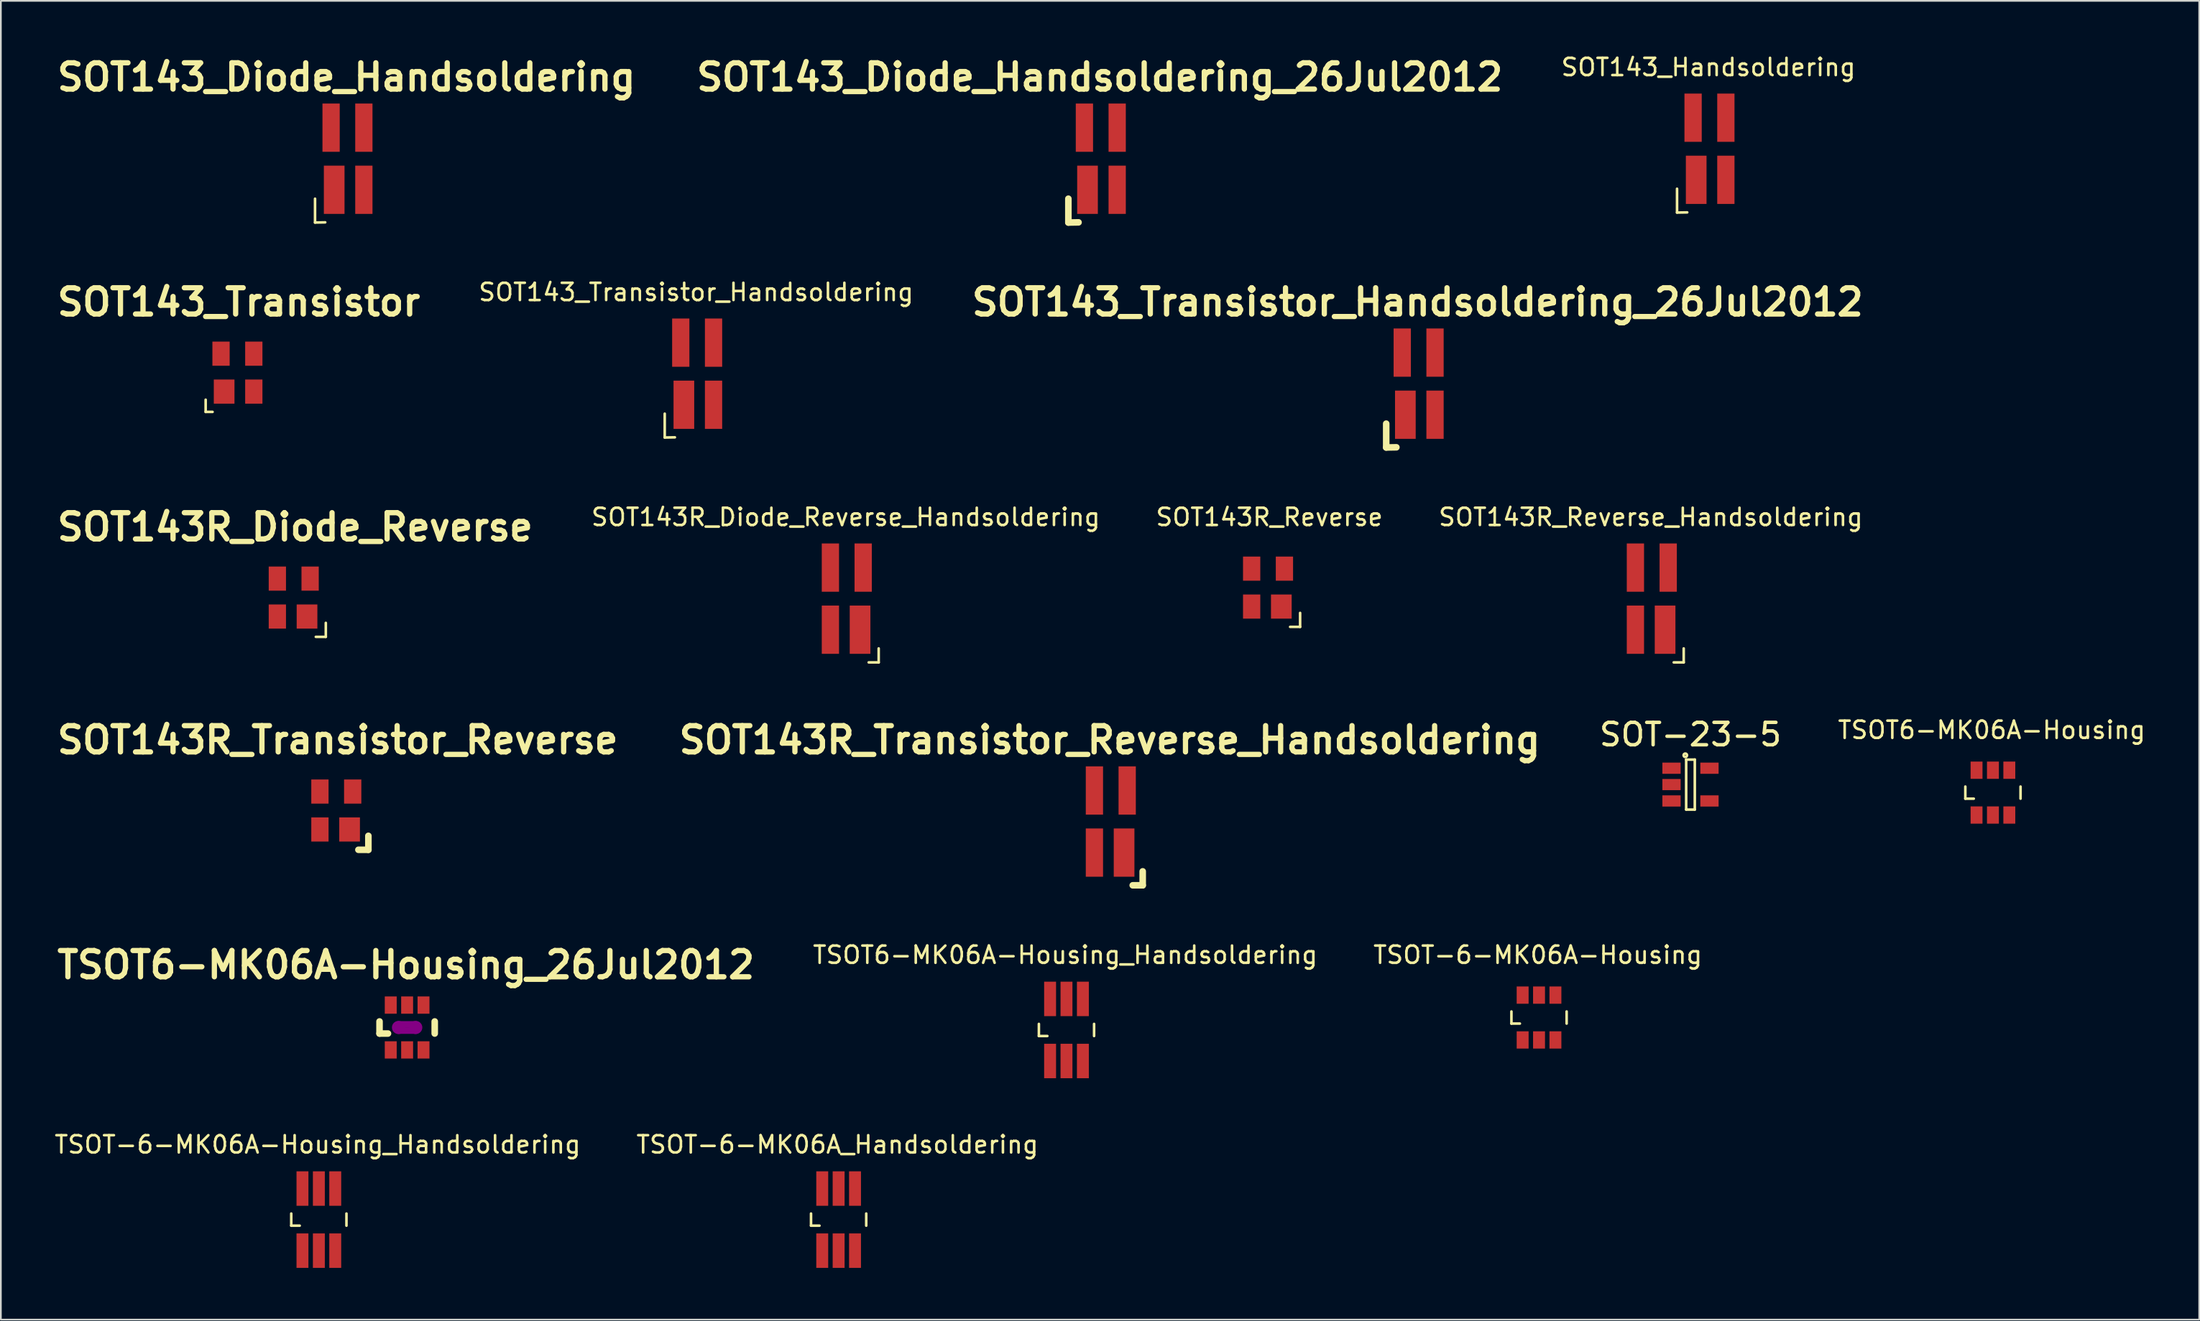
<source format=kicad_pcb>
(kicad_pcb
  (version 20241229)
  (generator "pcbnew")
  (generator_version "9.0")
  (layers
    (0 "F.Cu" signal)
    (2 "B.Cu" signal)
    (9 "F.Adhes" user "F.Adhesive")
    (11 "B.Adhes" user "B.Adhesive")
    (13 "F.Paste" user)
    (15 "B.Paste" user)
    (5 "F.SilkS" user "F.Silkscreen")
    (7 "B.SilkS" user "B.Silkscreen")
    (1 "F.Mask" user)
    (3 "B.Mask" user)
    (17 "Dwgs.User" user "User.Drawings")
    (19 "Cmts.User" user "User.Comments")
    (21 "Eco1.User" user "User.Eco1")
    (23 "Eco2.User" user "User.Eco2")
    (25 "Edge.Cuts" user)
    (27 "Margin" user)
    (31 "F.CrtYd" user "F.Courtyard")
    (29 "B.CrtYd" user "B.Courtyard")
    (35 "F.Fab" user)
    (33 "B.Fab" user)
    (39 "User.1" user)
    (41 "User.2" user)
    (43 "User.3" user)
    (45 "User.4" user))
  (footprint "SOT143R_Transistor_Reverse"
    (layer "F.Cu")
    (at 16.446 43.961)
    (property "Reference" "SOT143R_Transistor_Reverse" (at 0.079 -4.089 0) (layer "F.SilkS") (effects (font (size 1.524 1.524) (thickness 0.305))))
    (attr smd)
    (fp_line (start 1.859 1.468) (end 1.859 2.278) (stroke (width 0.381) (type solid)) (layer "F.SilkS"))
    (fp_line (start 1.859 2.278) (end 1.28 2.278) (stroke (width 0.381) (type solid)) (layer "F.SilkS"))
    (pad "1" smd rect (at 0.77 1.1) (size 1.199 1.4) (layers "F.Cu" "F.Mask" "F.Paste"))
    (pad "2" smd rect (at -0.95 1.1) (size 1.001 1.4) (layers "F.Cu" "F.Mask" "F.Paste"))
    (pad "3" smd rect (at -0.95 -1.1) (size 1.001 1.4) (layers "F.Cu" "F.Mask" "F.Paste"))
    (pad "4" smd rect (at 0.95 -1.1) (size 1.001 1.4) (layers "F.Cu" "F.Mask" "F.Paste")))
  (footprint "SOT143_Diode_Handsoldering"
    (layer "F.Cu")
    (at 17.093 6.156)
    (property "Reference" "SOT143_Diode_Handsoldering" (at -0.061 -4.729 0) (layer "F.SilkS") (effects (font (size 1.524 1.524) (thickness 0.305))))
    (attr smd)
    (fp_line (start -1.88 2.319) (end -1.88 3.701) (stroke (width 0.15) (type solid)) (layer "F.SilkS"))
    (fp_line (start -1.88 3.701) (end -1.29 3.691) (stroke (width 0.15) (type solid)) (layer "F.SilkS"))
    (pad "1" smd rect (at -0.77 1.801) (size 1.199 2.799) (layers "F.Cu" "F.Mask" "F.Paste"))
    (pad "2" smd rect (at 0.95 1.801) (size 1.001 2.799) (layers "F.Cu" "F.Mask" "F.Paste"))
    (pad "3" smd rect (at 0.95 -1.801) (size 1.001 2.799) (layers "F.Cu" "F.Mask" "F.Paste"))
    (pad "4" smd trapezoid (at -0.95 -1.801) (size 1.001 2.799) (layers "F.Cu" "F.Mask" "F.Paste")))
  (footprint "SOT143R_Reverse"
    (layer "F.Cu")
    (at 70.458 31.032)
    (property "Reference" "SOT143R_Reverse" (at 0.079 -4.089 0) (layer "F.SilkS") (effects (font (size 1 1) (thickness 0.15))))
    (attr smd)
    (fp_line (start 1.859 1.468) (end 1.859 2.278) (stroke (width 0.15) (type solid)) (layer "F.SilkS"))
    (fp_line (start 1.859 2.278) (end 1.28 2.278) (stroke (width 0.15) (type solid)) (layer "F.SilkS"))
    (pad "1" smd rect (at 0.77 1.1) (size 1.199 1.4) (layers "F.Cu" "F.Mask" "F.Paste"))
    (pad "2" smd rect (at -0.95 1.1) (size 1.001 1.4) (layers "F.Cu" "F.Mask" "F.Paste"))
    (pad "3" smd rect (at -0.95 -1.1) (size 1.001 1.4) (layers "F.Cu" "F.Mask" "F.Paste"))
    (pad "4" smd rect (at 0.95 -1.1) (size 1.001 1.4) (layers "F.Cu" "F.Mask" "F.Paste")))
  (footprint "TSOT6-MK06A-Housing"
    (layer "F.Cu")
    (at 112.48 42.923)
    (property "Reference" "TSOT6-MK06A-Housing" (at -0.071 -3.63 0) (layer "F.SilkS") (effects (font (size 1 1) (thickness 0.15))))
    (attr smd)
    (fp_line (start -1.6 -0.351) (end -1.6 0.351) (stroke (width 0.15) (type solid)) (layer "F.SilkS"))
    (fp_line (start -1.6 0.351) (end -1.11 0.351) (stroke (width 0.15) (type solid)) (layer "F.SilkS"))
    (fp_line (start 1.6 -0.351) (end 1.6 0.351) (stroke (width 0.15) (type solid)) (layer "F.SilkS"))
    (pad "1" smd rect (at -0.95 1.3) (size 0.691 1.001) (layers "F.Cu" "F.Mask" "F.Paste"))
    (pad "2" smd rect (at 0 1.3) (size 0.691 1.001) (layers "F.Cu" "F.Mask" "F.Paste"))
    (pad "3" smd rect (at 0.95 1.3) (size 0.691 1.001) (layers "F.Cu" "F.Mask" "F.Paste"))
    (pad "4" smd rect (at 0.95 -1.3) (size 0.691 1.001) (layers "F.Cu" "F.Mask" "F.Paste"))
    (pad "5" smd rect (at 0 -1.3) (size 0.691 1.001) (layers "F.Cu" "F.Mask" "F.Paste"))
    (pad "6" smd rect (at -0.95 -1.3) (size 0.691 1.001) (layers "F.Cu" "F.Mask" "F.Paste")))
  (footprint "TSOT-6-MK06A-Housing_Handsoldering"
    (layer "F.Cu")
    (at 15.434 67.689)
    (property "Reference" "TSOT-6-MK06A-Housing_Handsoldering" (at -0.071 -4.351 0) (layer "F.SilkS") (effects (font (size 1 1) (thickness 0.15))))
    (attr smd)
    (fp_line (start -1.6 -0.351) (end -1.6 0.351) (stroke (width 0.15) (type solid)) (layer "F.SilkS"))
    (fp_line (start -1.6 0.351) (end -1.11 0.351) (stroke (width 0.15) (type solid)) (layer "F.SilkS"))
    (fp_line (start 1.6 -0.351) (end 1.6 0.351) (stroke (width 0.15) (type solid)) (layer "F.SilkS"))
    (pad "1" smd rect (at -0.95 1.801) (size 0.691 1.999) (layers "F.Cu" "F.Mask" "F.Paste"))
    (pad "2" smd rect (at 0 1.801) (size 0.691 1.999) (layers "F.Cu" "F.Mask" "F.Paste"))
    (pad "3" smd rect (at 0.95 1.801) (size 0.691 1.999) (layers "F.Cu" "F.Mask" "F.Paste"))
    (pad "4" smd rect (at 0.95 -1.801) (size 0.691 1.999) (layers "F.Cu" "F.Mask" "F.Paste"))
    (pad "5" smd rect (at 0 -1.801) (size 0.691 1.999) (layers "F.Cu" "F.Mask" "F.Paste"))
    (pad "6" smd rect (at -0.95 -1.801) (size 0.691 1.999) (layers "F.Cu" "F.Mask" "F.Paste")))
  (footprint "SOT-23-5"
    (layer "F.Cu")
    (at 94.947 42.457)
    (property "Reference" "SOT-23-5" (at 0 -2.9 0) (layer "F.SilkS") (effects (font (size 1.3 1.3) (thickness 0.2))))
    (attr smd)
    (fp_line (start -0.25 -1.45) (end -0.25 1.45) (stroke (width 0.15) (type solid)) (layer "F.SilkS"))
    (fp_line (start -0.25 1.45) (end 0.25 1.45) (stroke (width 0.15) (type solid)) (layer "F.SilkS"))
    (fp_line (start 0.25 -1.45) (end -0.25 -1.45) (stroke (width 0.15) (type solid)) (layer "F.SilkS"))
    (fp_line (start 0.25 1.45) (end 0.25 -1.45) (stroke (width 0.15) (type solid)) (layer "F.SilkS"))
    (fp_circle (center -0.3 -1.7) (end -0.2 -1.7) (stroke (width 0.15) (type solid)) (fill no) (layer "F.SilkS"))
    (pad "1" smd rect (at -1.1 -0.95) (size 1.06 0.65) (layers "F.Cu" "F.Mask" "F.Paste"))
    (pad "2" smd rect (at -1.1 0) (size 1.06 0.65) (layers "F.Cu" "F.Mask" "F.Paste"))
    (pad "3" smd rect (at -1.1 0.95) (size 1.06 0.65) (layers "F.Cu" "F.Mask" "F.Paste"))
    (pad "4" smd rect (at 1.1 0.95) (size 1.06 0.65) (layers "F.Cu" "F.Mask" "F.Paste"))
    (pad "5" smd rect (at 1.1 -0.95) (size 1.06 0.65) (layers "F.Cu" "F.Mask" "F.Paste")))
  (footprint "SOT143_Diode_Handsoldering_26Jul2012"
    (layer "F.Cu")
    (at 60.763 6.156)
    (property "Reference" "SOT143_Diode_Handsoldering_26Jul2012" (at -0.061 -4.729 0) (layer "F.SilkS") (effects (font (size 1.524 1.524) (thickness 0.305))))
    (attr smd)
    (fp_line (start -1.88 2.319) (end -1.88 3.701) (stroke (width 0.381) (type solid)) (layer "F.SilkS"))
    (fp_line (start -1.88 3.701) (end -1.29 3.691) (stroke (width 0.381) (type solid)) (layer "F.SilkS"))
    (pad "1" smd rect (at -0.77 1.801) (size 1.199 2.799) (layers "F.Cu" "F.Mask" "F.Paste"))
    (pad "2" smd rect (at 0.95 1.801) (size 1.001 2.799) (layers "F.Cu" "F.Mask" "F.Paste"))
    (pad "3" smd rect (at 0.95 -1.801) (size 1.001 2.799) (layers "F.Cu" "F.Mask" "F.Paste"))
    (pad "4" smd trapezoid (at -0.95 -1.801) (size 1.001 2.799) (layers "F.Cu" "F.Mask" "F.Paste")))
  (footprint "SOT143R_Diode_Reverse_Handsoldering"
    (layer "F.Cu")
    (at 46.038 31.672)
    (property "Reference" "SOT143R_Diode_Reverse_Handsoldering" (at -0.061 -4.729 0) (layer "F.SilkS") (effects (font (size 1 1) (thickness 0.15))))
    (attr smd)
    (fp_line (start 1.849 2.888) (end 1.849 3.698) (stroke (width 0.15) (type solid)) (layer "F.SilkS"))
    (fp_line (start 1.849 3.698) (end 1.27 3.698) (stroke (width 0.15) (type solid)) (layer "F.SilkS"))
    (pad "1" smd rect (at 0.77 1.801) (size 1.199 2.799) (layers "F.Cu" "F.Mask" "F.Paste"))
    (pad "2" smd rect (at -0.95 1.801) (size 1.001 2.799) (layers "F.Cu" "F.Mask" "F.Paste"))
    (pad "3" smd trapezoid (at -0.95 -1.801) (size 1.001 2.799) (layers "F.Cu" "F.Mask" "F.Paste"))
    (pad "4" smd rect (at 0.95 -1.801) (size 1.001 2.799) (layers "F.Cu" "F.Mask" "F.Paste")))
  (footprint "TSOT6-MK06A-Housing_26Jul2012"
    (layer "F.Cu")
    (at 20.551 56.546)
    (property "Reference" "TSOT6-MK06A-Housing_26Jul2012" (at -0.071 -3.63 0) (layer "F.SilkS") (effects (font (size 1.524 1.524) (thickness 0.305))))
    (attr smd)
    (fp_line (start -1.6 -0.351) (end -1.6 0.351) (stroke (width 0.381) (type solid)) (layer "F.SilkS"))
    (fp_line (start -1.6 0.351) (end -1.11 0.351) (stroke (width 0.381) (type solid)) (layer "F.SilkS"))
    (fp_line (start 1.6 -0.351) (end 1.6 0.351) (stroke (width 0.381) (type solid)) (layer "F.SilkS"))
    (fp_line (start -0.5 0.18) (end 0.5 0.18) (stroke (width 0.381) (type solid)) (layer "F.Adhes"))
    (fp_line (start 0.5 -0.18) (end -0.5 -0.18) (stroke (width 0.381) (type solid)) (layer "F.Adhes"))
    (fp_circle (center -0.5 0) (end -0.691 0) (stroke (width 0.381) (type solid)) (fill no) (layer "F.Adhes"))
    (fp_circle (center 0.5 0) (end 0.691 0) (stroke (width 0.381) (type solid)) (fill no) (layer "F.Adhes"))
    (pad "1" smd rect (at -0.95 1.3) (size 0.691 1.001) (layers "F.Cu" "F.Mask" "F.Paste"))
    (pad "2" smd rect (at 0 1.3) (size 0.691 1.001) (layers "F.Cu" "F.Mask" "F.Paste"))
    (pad "3" smd rect (at 0.95 1.3) (size 0.691 1.001) (layers "F.Cu" "F.Mask" "F.Paste"))
    (pad "4" smd rect (at 0.95 -1.3) (size 0.691 1.001) (layers "F.Cu" "F.Mask" "F.Paste"))
    (pad "5" smd rect (at 0 -1.3) (size 0.691 1.001) (layers "F.Cu" "F.Mask" "F.Paste"))
    (pad "6" smd rect (at -0.95 -1.3) (size 0.691 1.001) (layers "F.Cu" "F.Mask" "F.Paste")))
  (footprint "SOT143_Transistor"
    (layer "F.Cu")
    (at 10.713 18.563)
    (property "Reference" "SOT143_Transistor" (at 0.079 -4.089 0) (layer "F.SilkS") (effects (font (size 1.524 1.524) (thickness 0.305))))
    (attr smd)
    (fp_line (start -1.841 1.57) (end -1.841 2.278) (stroke (width 0.15) (type solid)) (layer "F.SilkS"))
    (fp_line (start -1.841 2.278) (end -1.44 2.278) (stroke (width 0.15) (type solid)) (layer "F.SilkS"))
    (pad "1" smd rect (at -0.77 1.1) (size 1.199 1.4) (layers "F.Cu" "F.Mask" "F.Paste"))
    (pad "2" smd rect (at 0.95 1.1) (size 1.001 1.4) (layers "F.Cu" "F.Mask" "F.Paste"))
    (pad "3" smd rect (at 0.95 -1.1) (size 1.001 1.4) (layers "F.Cu" "F.Mask" "F.Paste"))
    (pad "4" smd rect (at -0.95 -1.1) (size 1.001 1.4) (layers "F.Cu" "F.Mask" "F.Paste")))
  (footprint "SOT143R_Transistor_Reverse_Handsoldering"
    (layer "F.Cu")
    (at 61.343 44.601)
    (property "Reference" "SOT143R_Transistor_Reverse_Handsoldering" (at -0.061 -4.729 0) (layer "F.SilkS") (effects (font (size 1.524 1.524) (thickness 0.305))))
    (attr smd)
    (fp_line (start 1.849 2.888) (end 1.849 3.698) (stroke (width 0.381) (type solid)) (layer "F.SilkS"))
    (fp_line (start 1.849 3.698) (end 1.27 3.698) (stroke (width 0.381) (type solid)) (layer "F.SilkS"))
    (pad "1" smd rect (at 0.77 1.801) (size 1.199 2.799) (layers "F.Cu" "F.Mask" "F.Paste"))
    (pad "2" smd rect (at -0.95 1.801) (size 1.001 2.799) (layers "F.Cu" "F.Mask" "F.Paste"))
    (pad "3" smd trapezoid (at -0.95 -1.801) (size 1.001 2.799) (layers "F.Cu" "F.Mask" "F.Paste"))
    (pad "4" smd rect (at 0.95 -1.801) (size 1.001 2.799) (layers "F.Cu" "F.Mask" "F.Paste")))
  (footprint "TSOT-6-MK06A_Handsoldering"
    (layer "F.Cu")
    (at 45.565 67.689)
    (property "Reference" "TSOT-6-MK06A_Handsoldering" (at -0.071 -4.351 0) (layer "F.SilkS") (effects (font (size 1 1) (thickness 0.15))))
    (attr smd)
    (fp_line (start -1.6 -0.351) (end -1.6 0.351) (stroke (width 0.15) (type solid)) (layer "F.SilkS"))
    (fp_line (start -1.6 0.351) (end -1.11 0.351) (stroke (width 0.15) (type solid)) (layer "F.SilkS"))
    (fp_line (start 1.6 -0.351) (end 1.6 0.351) (stroke (width 0.15) (type solid)) (layer "F.SilkS"))
    (pad "1" smd rect (at -0.95 1.801) (size 0.691 1.999) (layers "F.Cu" "F.Mask" "F.Paste"))
    (pad "2" smd rect (at 0 1.801) (size 0.691 1.999) (layers "F.Cu" "F.Mask" "F.Paste"))
    (pad "3" smd rect (at 0.95 1.801) (size 0.691 1.999) (layers "F.Cu" "F.Mask" "F.Paste"))
    (pad "4" smd rect (at 0.95 -1.801) (size 0.691 1.999) (layers "F.Cu" "F.Mask" "F.Paste"))
    (pad "5" smd rect (at 0 -1.801) (size 0.691 1.999) (layers "F.Cu" "F.Mask" "F.Paste"))
    (pad "6" smd rect (at -0.95 -1.801) (size 0.691 1.999) (layers "F.Cu" "F.Mask" "F.Paste")))
  (footprint "SOT143_Transistor_Handsoldering_26Jul2012"
    (layer "F.Cu")
    (at 79.188 19.203)
    (property "Reference" "SOT143_Transistor_Handsoldering_26Jul2012" (at -0.061 -4.729 0) (layer "F.SilkS") (effects (font (size 1.524 1.524) (thickness 0.305))))
    (attr smd)
    (fp_line (start -1.88 2.319) (end -1.88 3.701) (stroke (width 0.381) (type solid)) (layer "F.SilkS"))
    (fp_line (start -1.88 3.701) (end -1.29 3.691) (stroke (width 0.381) (type solid)) (layer "F.SilkS"))
    (pad "1" smd rect (at -0.77 1.801) (size 1.199 2.799) (layers "F.Cu" "F.Mask" "F.Paste"))
    (pad "2" smd rect (at 0.95 1.801) (size 1.001 2.799) (layers "F.Cu" "F.Mask" "F.Paste"))
    (pad "3" smd rect (at 0.95 -1.801) (size 1.001 2.799) (layers "F.Cu" "F.Mask" "F.Paste"))
    (pad "4" smd trapezoid (at -0.95 -1.801) (size 1.001 2.799) (layers "F.Cu" "F.Mask" "F.Paste")))
  (footprint "SOT143R_Diode_Reverse"
    (layer "F.Cu")
    (at 13.978 31.61)
    (property "Reference" "SOT143R_Diode_Reverse" (at 0.079 -4.089 0) (layer "F.SilkS") (effects (font (size 1.524 1.524) (thickness 0.305))))
    (attr smd)
    (fp_line (start 1.859 1.468) (end 1.859 2.278) (stroke (width 0.15) (type solid)) (layer "F.SilkS"))
    (fp_line (start 1.859 2.278) (end 1.28 2.278) (stroke (width 0.15) (type solid)) (layer "F.SilkS"))
    (pad "1" smd rect (at 0.77 1.1) (size 1.199 1.4) (layers "F.Cu" "F.Mask" "F.Paste"))
    (pad "2" smd rect (at -0.95 1.1) (size 1.001 1.4) (layers "F.Cu" "F.Mask" "F.Paste"))
    (pad "3" smd rect (at -0.95 -1.1) (size 1.001 1.4) (layers "F.Cu" "F.Mask" "F.Paste"))
    (pad "4" smd rect (at 0.95 -1.1) (size 1.001 1.4) (layers "F.Cu" "F.Mask" "F.Paste")))
  (footprint "SOT143_Handsoldering"
    (layer "F.Cu")
    (at 96.048 5.578)
    (property "Reference" "SOT143_Handsoldering" (at -0.061 -4.729 0) (layer "F.SilkS") (effects (font (size 1 1) (thickness 0.15))))
    (attr smd)
    (fp_line (start -1.88 2.319) (end -1.88 3.701) (stroke (width 0.15) (type solid)) (layer "F.SilkS"))
    (fp_line (start -1.88 3.701) (end -1.29 3.691) (stroke (width 0.15) (type solid)) (layer "F.SilkS"))
    (pad "1" smd rect (at -0.77 1.801) (size 1.199 2.799) (layers "F.Cu" "F.Mask" "F.Paste"))
    (pad "2" smd rect (at 0.95 1.801) (size 1.001 2.799) (layers "F.Cu" "F.Mask" "F.Paste"))
    (pad "3" smd rect (at 0.95 -1.801) (size 1.001 2.799) (layers "F.Cu" "F.Mask" "F.Paste"))
    (pad "4" smd trapezoid (at -0.95 -1.801) (size 1.001 2.799) (layers "F.Cu" "F.Mask" "F.Paste")))
  (footprint "SOT143R_Reverse_Handsoldering"
    (layer "F.Cu")
    (at 92.705 31.672)
    (property "Reference" "SOT143R_Reverse_Handsoldering" (at -0.061 -4.729 0) (layer "F.SilkS") (effects (font (size 1 1) (thickness 0.15))))
    (attr smd)
    (fp_line (start 1.849 2.888) (end 1.849 3.698) (stroke (width 0.15) (type solid)) (layer "F.SilkS"))
    (fp_line (start 1.849 3.698) (end 1.27 3.698) (stroke (width 0.15) (type solid)) (layer "F.SilkS"))
    (pad "1" smd rect (at 0.77 1.801) (size 1.199 2.799) (layers "F.Cu" "F.Mask" "F.Paste"))
    (pad "2" smd rect (at -0.95 1.801) (size 1.001 2.799) (layers "F.Cu" "F.Mask" "F.Paste"))
    (pad "3" smd trapezoid (at -0.95 -1.801) (size 1.001 2.799) (layers "F.Cu" "F.Mask" "F.Paste"))
    (pad "4" smd rect (at 0.95 -1.801) (size 1.001 2.799) (layers "F.Cu" "F.Mask" "F.Paste")))
  (footprint "TSOT6-MK06A-Housing_Handsoldering"
    (layer "F.Cu")
    (at 58.774 56.689)
    (property "Reference" "TSOT6-MK06A-Housing_Handsoldering" (at -0.071 -4.351 0) (layer "F.SilkS") (effects (font (size 1 1) (thickness 0.15))))
    (attr smd)
    (fp_line (start -1.6 -0.351) (end -1.6 0.351) (stroke (width 0.15) (type solid)) (layer "F.SilkS"))
    (fp_line (start -1.6 0.351) (end -1.11 0.351) (stroke (width 0.15) (type solid)) (layer "F.SilkS"))
    (fp_line (start 1.6 -0.351) (end 1.6 0.351) (stroke (width 0.15) (type solid)) (layer "F.SilkS"))
    (pad "1" smd rect (at -0.95 1.801) (size 0.691 1.999) (layers "F.Cu" "F.Mask" "F.Paste"))
    (pad "2" smd rect (at 0 1.801) (size 0.691 1.999) (layers "F.Cu" "F.Mask" "F.Paste"))
    (pad "3" smd rect (at 0.95 1.801) (size 0.691 1.999) (layers "F.Cu" "F.Mask" "F.Paste"))
    (pad "4" smd rect (at 0.95 -1.801) (size 0.691 1.999) (layers "F.Cu" "F.Mask" "F.Paste"))
    (pad "5" smd rect (at 0 -1.801) (size 0.691 1.999) (layers "F.Cu" "F.Mask" "F.Paste"))
    (pad "6" smd rect (at -0.95 -1.801) (size 0.691 1.999) (layers "F.Cu" "F.Mask" "F.Paste")))
  (footprint "TSOT-6-MK06A-Housing"
    (layer "F.Cu")
    (at 86.167 55.968)
    (property "Reference" "TSOT-6-MK06A-Housing" (at -0.071 -3.63 0) (layer "F.SilkS") (effects (font (size 1 1) (thickness 0.15))))
    (attr smd)
    (fp_line (start -1.6 -0.351) (end -1.6 0.351) (stroke (width 0.15) (type solid)) (layer "F.SilkS"))
    (fp_line (start -1.6 0.351) (end -1.11 0.351) (stroke (width 0.15) (type solid)) (layer "F.SilkS"))
    (fp_line (start 1.6 -0.351) (end 1.6 0.351) (stroke (width 0.15) (type solid)) (layer "F.SilkS"))
    (pad "1" smd rect (at -0.95 1.3) (size 0.691 1.001) (layers "F.Cu" "F.Mask" "F.Paste"))
    (pad "2" smd rect (at 0 1.3) (size 0.691 1.001) (layers "F.Cu" "F.Mask" "F.Paste"))
    (pad "3" smd rect (at 0.95 1.3) (size 0.691 1.001) (layers "F.Cu" "F.Mask" "F.Paste"))
    (pad "4" smd rect (at 0.95 -1.3) (size 0.691 1.001) (layers "F.Cu" "F.Mask" "F.Paste"))
    (pad "5" smd rect (at 0 -1.3) (size 0.691 1.001) (layers "F.Cu" "F.Mask" "F.Paste"))
    (pad "6" smd rect (at -0.95 -1.3) (size 0.691 1.001) (layers "F.Cu" "F.Mask" "F.Paste")))
  (footprint "SOT143_Transistor_Handsoldering"
    (layer "F.Cu")
    (at 37.364 18.625)
    (property "Reference" "SOT143_Transistor_Handsoldering" (at -0.061 -4.729 0) (layer "F.SilkS") (effects (font (size 1 1) (thickness 0.15))))
    (attr smd)
    (fp_line (start -1.88 2.319) (end -1.88 3.701) (stroke (width 0.15) (type solid)) (layer "F.SilkS"))
    (fp_line (start -1.88 3.701) (end -1.29 3.691) (stroke (width 0.15) (type solid)) (layer "F.SilkS"))
    (pad "1" smd rect (at -0.77 1.801) (size 1.199 2.799) (layers "F.Cu" "F.Mask" "F.Paste"))
    (pad "2" smd rect (at 0.95 1.801) (size 1.001 2.799) (layers "F.Cu" "F.Mask" "F.Paste"))
    (pad "3" smd rect (at 0.95 -1.801) (size 1.001 2.799) (layers "F.Cu" "F.Mask" "F.Paste"))
    (pad "4" smd trapezoid (at -0.95 -1.801) (size 1.001 2.799) (layers "F.Cu" "F.Mask" "F.Paste")))
  (gr_rect
    (start -3 -3)
    (end 124.439 73.489)
    (stroke (width 0.1) (type default))
    (fill no)
    (layer "Edge.Cuts")))
</source>
